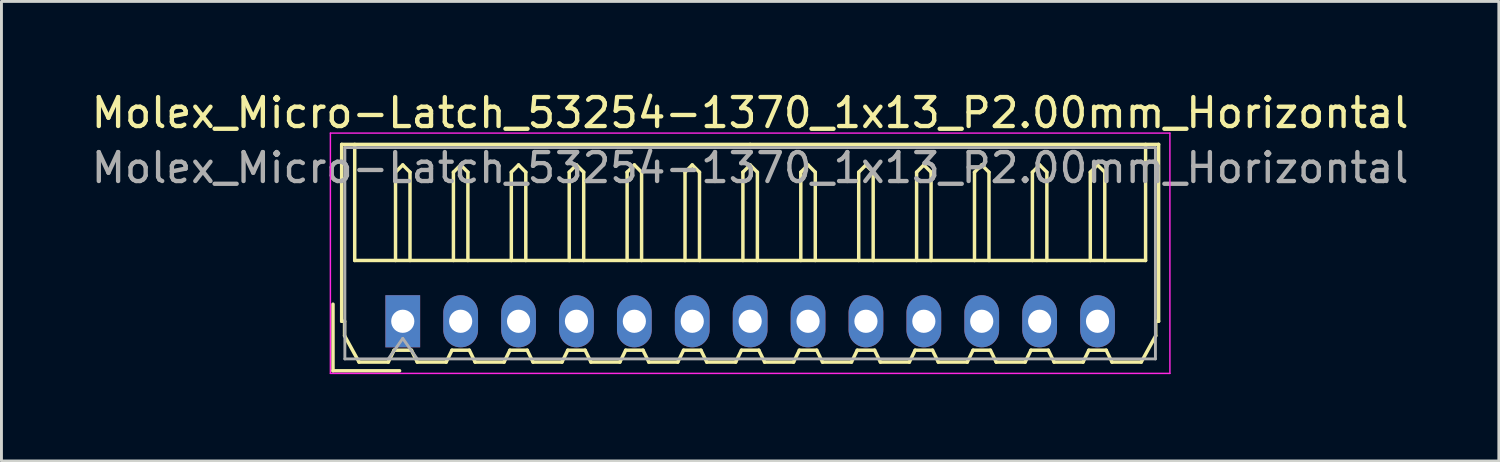
<source format=kicad_pcb>
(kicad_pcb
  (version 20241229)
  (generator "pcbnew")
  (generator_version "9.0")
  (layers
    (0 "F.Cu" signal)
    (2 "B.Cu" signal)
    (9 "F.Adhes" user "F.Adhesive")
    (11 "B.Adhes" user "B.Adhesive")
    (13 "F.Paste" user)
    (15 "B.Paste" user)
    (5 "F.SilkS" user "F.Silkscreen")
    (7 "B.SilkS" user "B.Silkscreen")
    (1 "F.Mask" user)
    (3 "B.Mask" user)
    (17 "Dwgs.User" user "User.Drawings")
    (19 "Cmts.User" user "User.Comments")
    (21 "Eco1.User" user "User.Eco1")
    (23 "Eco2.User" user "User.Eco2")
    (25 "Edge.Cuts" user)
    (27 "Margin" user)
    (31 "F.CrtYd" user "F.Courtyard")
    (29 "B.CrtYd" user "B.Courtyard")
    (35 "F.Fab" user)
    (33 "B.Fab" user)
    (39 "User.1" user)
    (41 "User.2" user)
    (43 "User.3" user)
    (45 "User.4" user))
  (footprint "Molex_Micro-Latch_53254-1370_1x13_P2.00mm_Horizontal"
    (layer "F.Cu")
    (at 10.863 8.048)
    (property "Reference" "Molex_Micro-Latch_53254-1370_1x13_P2.00mm_Horizontal" (at 12 -7.2 0) (layer "F.SilkS") (effects (font (size 1 1) (thickness 0.15))))
    (attr through_hole)
    (fp_line (start -2.41 1.71) (end -2.41 -0.59) (stroke (width 0.12) (type solid)) (layer "F.SilkS"))
    (fp_line (start -2.11 -6.11) (end 12 -6.11) (stroke (width 0.12) (type solid)) (layer "F.SilkS"))
    (fp_line (start -2.11 0) (end -2.11 -6.11) (stroke (width 0.12) (type solid)) (layer "F.SilkS"))
    (fp_line (start -2.01 0) (end -2.11 0) (stroke (width 0.12) (type solid)) (layer "F.SilkS"))
    (fp_line (start -2.01 0.5) (end -2.01 0) (stroke (width 0.12) (type solid)) (layer "F.SilkS"))
    (fp_line (start -1.66 -6.11) (end -1.66 -2.1) (stroke (width 0.12) (type solid)) (layer "F.SilkS"))
    (fp_line (start -1.66 -2.1) (end 25.66 -2.1) (stroke (width 0.12) (type solid)) (layer "F.SilkS"))
    (fp_line (start -1.51 1.41) (end -2.01 0.5) (stroke (width 0.12) (type solid)) (layer "F.SilkS"))
    (fp_line (start -0.5 1.41) (end -1.51 1.41) (stroke (width 0.12) (type solid)) (layer "F.SilkS"))
    (fp_line (start -0.3 1) (end -0.5 1.41) (stroke (width 0.12) (type solid)) (layer "F.SilkS"))
    (fp_line (start -0.3 1) (end 0.3 1) (stroke (width 0.12) (type solid)) (layer "F.SilkS"))
    (fp_line (start -0.25 -5.15) (end 0 -5.4) (stroke (width 0.12) (type solid)) (layer "F.SilkS"))
    (fp_line (start -0.25 -2.1) (end -0.25 -5.15) (stroke (width 0.12) (type solid)) (layer "F.SilkS"))
    (fp_line (start -0.11 1.71) (end -2.41 1.71) (stroke (width 0.12) (type solid)) (layer "F.SilkS"))
    (fp_line (start 0 -5.4) (end 0.25 -5.15) (stroke (width 0.12) (type solid)) (layer "F.SilkS"))
    (fp_line (start 0.25 -5.15) (end 0.25 -2.1) (stroke (width 0.12) (type solid)) (layer "F.SilkS"))
    (fp_line (start 0.3 1) (end 0.5 1.41) (stroke (width 0.12) (type solid)) (layer "F.SilkS"))
    (fp_line (start 0.5 1.41) (end 1.5 1.41) (stroke (width 0.12) (type solid)) (layer "F.SilkS"))
    (fp_line (start 1.5 1.41) (end 1.7 1) (stroke (width 0.12) (type solid)) (layer "F.SilkS"))
    (fp_line (start 1.7 1) (end 2.3 1) (stroke (width 0.12) (type solid)) (layer "F.SilkS"))
    (fp_line (start 1.75 -5.15) (end 2 -5.4) (stroke (width 0.12) (type solid)) (layer "F.SilkS"))
    (fp_line (start 1.75 -2.1) (end 1.75 -5.15) (stroke (width 0.12) (type solid)) (layer "F.SilkS"))
    (fp_line (start 2 -5.4) (end 2.25 -5.15) (stroke (width 0.12) (type solid)) (layer "F.SilkS"))
    (fp_line (start 2.25 -5.15) (end 2.25 -2.1) (stroke (width 0.12) (type solid)) (layer "F.SilkS"))
    (fp_line (start 2.3 1) (end 2.5 1.41) (stroke (width 0.12) (type solid)) (layer "F.SilkS"))
    (fp_line (start 2.5 1.41) (end 3.5 1.41) (stroke (width 0.12) (type solid)) (layer "F.SilkS"))
    (fp_line (start 3.5 1.41) (end 3.7 1) (stroke (width 0.12) (type solid)) (layer "F.SilkS"))
    (fp_line (start 3.7 1) (end 4.3 1) (stroke (width 0.12) (type solid)) (layer "F.SilkS"))
    (fp_line (start 3.75 -5.15) (end 4 -5.4) (stroke (width 0.12) (type solid)) (layer "F.SilkS"))
    (fp_line (start 3.75 -2.1) (end 3.75 -5.15) (stroke (width 0.12) (type solid)) (layer "F.SilkS"))
    (fp_line (start 4 -5.4) (end 4.25 -5.15) (stroke (width 0.12) (type solid)) (layer "F.SilkS"))
    (fp_line (start 4.25 -5.15) (end 4.25 -2.1) (stroke (width 0.12) (type solid)) (layer "F.SilkS"))
    (fp_line (start 4.3 1) (end 4.5 1.41) (stroke (width 0.12) (type solid)) (layer "F.SilkS"))
    (fp_line (start 4.5 1.41) (end 5.5 1.41) (stroke (width 0.12) (type solid)) (layer "F.SilkS"))
    (fp_line (start 5.5 1.41) (end 5.7 1) (stroke (width 0.12) (type solid)) (layer "F.SilkS"))
    (fp_line (start 5.7 1) (end 6.3 1) (stroke (width 0.12) (type solid)) (layer "F.SilkS"))
    (fp_line (start 5.75 -5.15) (end 6 -5.4) (stroke (width 0.12) (type solid)) (layer "F.SilkS"))
    (fp_line (start 5.75 -2.1) (end 5.75 -5.15) (stroke (width 0.12) (type solid)) (layer "F.SilkS"))
    (fp_line (start 6 -5.4) (end 6.25 -5.15) (stroke (width 0.12) (type solid)) (layer "F.SilkS"))
    (fp_line (start 6.25 -5.15) (end 6.25 -2.1) (stroke (width 0.12) (type solid)) (layer "F.SilkS"))
    (fp_line (start 6.3 1) (end 6.5 1.41) (stroke (width 0.12) (type solid)) (layer "F.SilkS"))
    (fp_line (start 6.5 1.41) (end 7.5 1.41) (stroke (width 0.12) (type solid)) (layer "F.SilkS"))
    (fp_line (start 7.5 1.41) (end 7.7 1) (stroke (width 0.12) (type solid)) (layer "F.SilkS"))
    (fp_line (start 7.7 1) (end 8.3 1) (stroke (width 0.12) (type solid)) (layer "F.SilkS"))
    (fp_line (start 7.75 -5.15) (end 8 -5.4) (stroke (width 0.12) (type solid)) (layer "F.SilkS"))
    (fp_line (start 7.75 -2.1) (end 7.75 -5.15) (stroke (width 0.12) (type solid)) (layer "F.SilkS"))
    (fp_line (start 8 -5.4) (end 8.25 -5.15) (stroke (width 0.12) (type solid)) (layer "F.SilkS"))
    (fp_line (start 8.25 -5.15) (end 8.25 -2.1) (stroke (width 0.12) (type solid)) (layer "F.SilkS"))
    (fp_line (start 8.3 1) (end 8.5 1.41) (stroke (width 0.12) (type solid)) (layer "F.SilkS"))
    (fp_line (start 8.5 1.41) (end 9.5 1.41) (stroke (width 0.12) (type solid)) (layer "F.SilkS"))
    (fp_line (start 9.5 1.41) (end 9.7 1) (stroke (width 0.12) (type solid)) (layer "F.SilkS"))
    (fp_line (start 9.7 1) (end 10.3 1) (stroke (width 0.12) (type solid)) (layer "F.SilkS"))
    (fp_line (start 9.75 -5.15) (end 10 -5.4) (stroke (width 0.12) (type solid)) (layer "F.SilkS"))
    (fp_line (start 9.75 -2.1) (end 9.75 -5.15) (stroke (width 0.12) (type solid)) (layer "F.SilkS"))
    (fp_line (start 10 -5.4) (end 10.25 -5.15) (stroke (width 0.12) (type solid)) (layer "F.SilkS"))
    (fp_line (start 10.25 -5.15) (end 10.25 -2.1) (stroke (width 0.12) (type solid)) (layer "F.SilkS"))
    (fp_line (start 10.3 1) (end 10.5 1.41) (stroke (width 0.12) (type solid)) (layer "F.SilkS"))
    (fp_line (start 10.5 1.41) (end 11.5 1.41) (stroke (width 0.12) (type solid)) (layer "F.SilkS"))
    (fp_line (start 11.5 1.41) (end 11.7 1) (stroke (width 0.12) (type solid)) (layer "F.SilkS"))
    (fp_line (start 11.7 1) (end 12.3 1) (stroke (width 0.12) (type solid)) (layer "F.SilkS"))
    (fp_line (start 11.75 -5.15) (end 12 -5.4) (stroke (width 0.12) (type solid)) (layer "F.SilkS"))
    (fp_line (start 11.75 -2.1) (end 11.75 -5.15) (stroke (width 0.12) (type solid)) (layer "F.SilkS"))
    (fp_line (start 12 -5.4) (end 12.25 -5.15) (stroke (width 0.12) (type solid)) (layer "F.SilkS"))
    (fp_line (start 12.25 -5.15) (end 12.25 -2.1) (stroke (width 0.12) (type solid)) (layer "F.SilkS"))
    (fp_line (start 12.3 1) (end 12.5 1.41) (stroke (width 0.12) (type solid)) (layer "F.SilkS"))
    (fp_line (start 12.5 1.41) (end 13.5 1.41) (stroke (width 0.12) (type solid)) (layer "F.SilkS"))
    (fp_line (start 13.5 1.41) (end 13.7 1) (stroke (width 0.12) (type solid)) (layer "F.SilkS"))
    (fp_line (start 13.7 1) (end 14.3 1) (stroke (width 0.12) (type solid)) (layer "F.SilkS"))
    (fp_line (start 13.75 -5.15) (end 14 -5.4) (stroke (width 0.12) (type solid)) (layer "F.SilkS"))
    (fp_line (start 13.75 -2.1) (end 13.75 -5.15) (stroke (width 0.12) (type solid)) (layer "F.SilkS"))
    (fp_line (start 14 -5.4) (end 14.25 -5.15) (stroke (width 0.12) (type solid)) (layer "F.SilkS"))
    (fp_line (start 14.25 -5.15) (end 14.25 -2.1) (stroke (width 0.12) (type solid)) (layer "F.SilkS"))
    (fp_line (start 14.3 1) (end 14.5 1.41) (stroke (width 0.12) (type solid)) (layer "F.SilkS"))
    (fp_line (start 14.5 1.41) (end 15.5 1.41) (stroke (width 0.12) (type solid)) (layer "F.SilkS"))
    (fp_line (start 15.5 1.41) (end 15.7 1) (stroke (width 0.12) (type solid)) (layer "F.SilkS"))
    (fp_line (start 15.7 1) (end 16.3 1) (stroke (width 0.12) (type solid)) (layer "F.SilkS"))
    (fp_line (start 15.75 -5.15) (end 16 -5.4) (stroke (width 0.12) (type solid)) (layer "F.SilkS"))
    (fp_line (start 15.75 -2.1) (end 15.75 -5.15) (stroke (width 0.12) (type solid)) (layer "F.SilkS"))
    (fp_line (start 16 -5.4) (end 16.25 -5.15) (stroke (width 0.12) (type solid)) (layer "F.SilkS"))
    (fp_line (start 16.25 -5.15) (end 16.25 -2.1) (stroke (width 0.12) (type solid)) (layer "F.SilkS"))
    (fp_line (start 16.3 1) (end 16.5 1.41) (stroke (width 0.12) (type solid)) (layer "F.SilkS"))
    (fp_line (start 16.5 1.41) (end 17.5 1.41) (stroke (width 0.12) (type solid)) (layer "F.SilkS"))
    (fp_line (start 17.5 1.41) (end 17.7 1) (stroke (width 0.12) (type solid)) (layer "F.SilkS"))
    (fp_line (start 17.7 1) (end 18.3 1) (stroke (width 0.12) (type solid)) (layer "F.SilkS"))
    (fp_line (start 17.75 -5.15) (end 18 -5.4) (stroke (width 0.12) (type solid)) (layer "F.SilkS"))
    (fp_line (start 17.75 -2.1) (end 17.75 -5.15) (stroke (width 0.12) (type solid)) (layer "F.SilkS"))
    (fp_line (start 18 -5.4) (end 18.25 -5.15) (stroke (width 0.12) (type solid)) (layer "F.SilkS"))
    (fp_line (start 18.25 -5.15) (end 18.25 -2.1) (stroke (width 0.12) (type solid)) (layer "F.SilkS"))
    (fp_line (start 18.3 1) (end 18.5 1.41) (stroke (width 0.12) (type solid)) (layer "F.SilkS"))
    (fp_line (start 18.5 1.41) (end 19.5 1.41) (stroke (width 0.12) (type solid)) (layer "F.SilkS"))
    (fp_line (start 19.5 1.41) (end 19.7 1) (stroke (width 0.12) (type solid)) (layer "F.SilkS"))
    (fp_line (start 19.7 1) (end 20.3 1) (stroke (width 0.12) (type solid)) (layer "F.SilkS"))
    (fp_line (start 19.75 -5.15) (end 20 -5.4) (stroke (width 0.12) (type solid)) (layer "F.SilkS"))
    (fp_line (start 19.75 -2.1) (end 19.75 -5.15) (stroke (width 0.12) (type solid)) (layer "F.SilkS"))
    (fp_line (start 20 -5.4) (end 20.25 -5.15) (stroke (width 0.12) (type solid)) (layer "F.SilkS"))
    (fp_line (start 20.25 -5.15) (end 20.25 -2.1) (stroke (width 0.12) (type solid)) (layer "F.SilkS"))
    (fp_line (start 20.3 1) (end 20.5 1.41) (stroke (width 0.12) (type solid)) (layer "F.SilkS"))
    (fp_line (start 20.5 1.41) (end 21.5 1.41) (stroke (width 0.12) (type solid)) (layer "F.SilkS"))
    (fp_line (start 21.5 1.41) (end 21.7 1) (stroke (width 0.12) (type solid)) (layer "F.SilkS"))
    (fp_line (start 21.7 1) (end 22.3 1) (stroke (width 0.12) (type solid)) (layer "F.SilkS"))
    (fp_line (start 21.75 -5.15) (end 22 -5.4) (stroke (width 0.12) (type solid)) (layer "F.SilkS"))
    (fp_line (start 21.75 -2.1) (end 21.75 -5.15) (stroke (width 0.12) (type solid)) (layer "F.SilkS"))
    (fp_line (start 22 -5.4) (end 22.25 -5.15) (stroke (width 0.12) (type solid)) (layer "F.SilkS"))
    (fp_line (start 22.25 -5.15) (end 22.25 -2.1) (stroke (width 0.12) (type solid)) (layer "F.SilkS"))
    (fp_line (start 22.3 1) (end 22.5 1.41) (stroke (width 0.12) (type solid)) (layer "F.SilkS"))
    (fp_line (start 22.5 1.41) (end 23.5 1.41) (stroke (width 0.12) (type solid)) (layer "F.SilkS"))
    (fp_line (start 23.5 1.41) (end 23.7 1) (stroke (width 0.12) (type solid)) (layer "F.SilkS"))
    (fp_line (start 23.7 1) (end 24.3 1) (stroke (width 0.12) (type solid)) (layer "F.SilkS"))
    (fp_line (start 23.75 -5.15) (end 24 -5.4) (stroke (width 0.12) (type solid)) (layer "F.SilkS"))
    (fp_line (start 23.75 -2.1) (end 23.75 -5.15) (stroke (width 0.12) (type solid)) (layer "F.SilkS"))
    (fp_line (start 24 -5.4) (end 24.25 -5.15) (stroke (width 0.12) (type solid)) (layer "F.SilkS"))
    (fp_line (start 24.25 -5.15) (end 24.25 -2.1) (stroke (width 0.12) (type solid)) (layer "F.SilkS"))
    (fp_line (start 24.3 1) (end 24.5 1.41) (stroke (width 0.12) (type solid)) (layer "F.SilkS"))
    (fp_line (start 24.5 1.41) (end 25.51 1.41) (stroke (width 0.12) (type solid)) (layer "F.SilkS"))
    (fp_line (start 25.51 1.41) (end 26.01 0.5) (stroke (width 0.12) (type solid)) (layer "F.SilkS"))
    (fp_line (start 25.66 -2.1) (end 25.66 -6.11) (stroke (width 0.12) (type solid)) (layer "F.SilkS"))
    (fp_line (start 26.01 0) (end 26.11 0) (stroke (width 0.12) (type solid)) (layer "F.SilkS"))
    (fp_line (start 26.01 0.5) (end 26.01 0) (stroke (width 0.12) (type solid)) (layer "F.SilkS"))
    (fp_line (start 26.11 -6.11) (end 12 -6.11) (stroke (width 0.12) (type solid)) (layer "F.SilkS"))
    (fp_line (start 26.11 0) (end 26.11 -6.11) (stroke (width 0.12) (type solid)) (layer "F.SilkS"))
    (fp_line (start -2.5 -6.5) (end -2.5 1.8) (stroke (width 0.05) (type solid)) (layer "F.CrtYd"))
    (fp_line (start -2.5 1.8) (end 26.5 1.8) (stroke (width 0.05) (type solid)) (layer "F.CrtYd"))
    (fp_line (start 26.5 -6.5) (end -2.5 -6.5) (stroke (width 0.05) (type solid)) (layer "F.CrtYd"))
    (fp_line (start 26.5 1.8) (end 26.5 -6.5) (stroke (width 0.05) (type solid)) (layer "F.CrtYd"))
    (fp_line (start -2 -6) (end -2 1.3) (stroke (width 0.1) (type solid)) (layer "F.Fab"))
    (fp_line (start -2 1.3) (end 26 1.3) (stroke (width 0.1) (type solid)) (layer "F.Fab"))
    (fp_line (start -0.5 1.3) (end 0 0.593) (stroke (width 0.1) (type solid)) (layer "F.Fab"))
    (fp_line (start 0 0.593) (end 0.5 1.3) (stroke (width 0.1) (type solid)) (layer "F.Fab"))
    (fp_line (start 26 -6) (end -2 -6) (stroke (width 0.1) (type solid)) (layer "F.Fab"))
    (fp_line (start 26 1.3) (end 26 -6) (stroke (width 0.1) (type solid)) (layer "F.Fab"))
    (fp_text user "${REFERENCE}" (at 12 -5.3 0) (layer "F.Fab") (effects (font (size 1 1) (thickness 0.15))))
    (pad "1" thru_hole rect (at 0 0) (size 1.2 1.8) (drill 0.8) (layers "*.Cu" "*.Mask"))
    (pad "2" thru_hole oval (at 2 0) (size 1.2 1.8) (drill 0.8) (layers "*.Cu" "*.Mask"))
    (pad "3" thru_hole oval (at 4 0) (size 1.2 1.8) (drill 0.8) (layers "*.Cu" "*.Mask"))
    (pad "4" thru_hole oval (at 6 0) (size 1.2 1.8) (drill 0.8) (layers "*.Cu" "*.Mask"))
    (pad "5" thru_hole oval (at 8 0) (size 1.2 1.8) (drill 0.8) (layers "*.Cu" "*.Mask"))
    (pad "6" thru_hole oval (at 10 0) (size 1.2 1.8) (drill 0.8) (layers "*.Cu" "*.Mask"))
    (pad "7" thru_hole oval (at 12 0) (size 1.2 1.8) (drill 0.8) (layers "*.Cu" "*.Mask"))
    (pad "8" thru_hole oval (at 14 0) (size 1.2 1.8) (drill 0.8) (layers "*.Cu" "*.Mask"))
    (pad "9" thru_hole oval (at 16 0) (size 1.2 1.8) (drill 0.8) (layers "*.Cu" "*.Mask"))
    (pad "10" thru_hole oval (at 18 0) (size 1.2 1.8) (drill 0.8) (layers "*.Cu" "*.Mask"))
    (pad "11" thru_hole oval (at 20 0) (size 1.2 1.8) (drill 0.8) (layers "*.Cu" "*.Mask"))
    (pad "12" thru_hole oval (at 22 0) (size 1.2 1.8) (drill 0.8) (layers "*.Cu" "*.Mask"))
    (pad "13" thru_hole oval (at 24 0) (size 1.2 1.8) (drill 0.8) (layers "*.Cu" "*.Mask")))
  (gr_rect
    (start -3 -3)
    (end 48.726 12.873)
    (stroke (width 0.1) (type default))
    (fill no)
    (layer "Edge.Cuts")))
</source>
